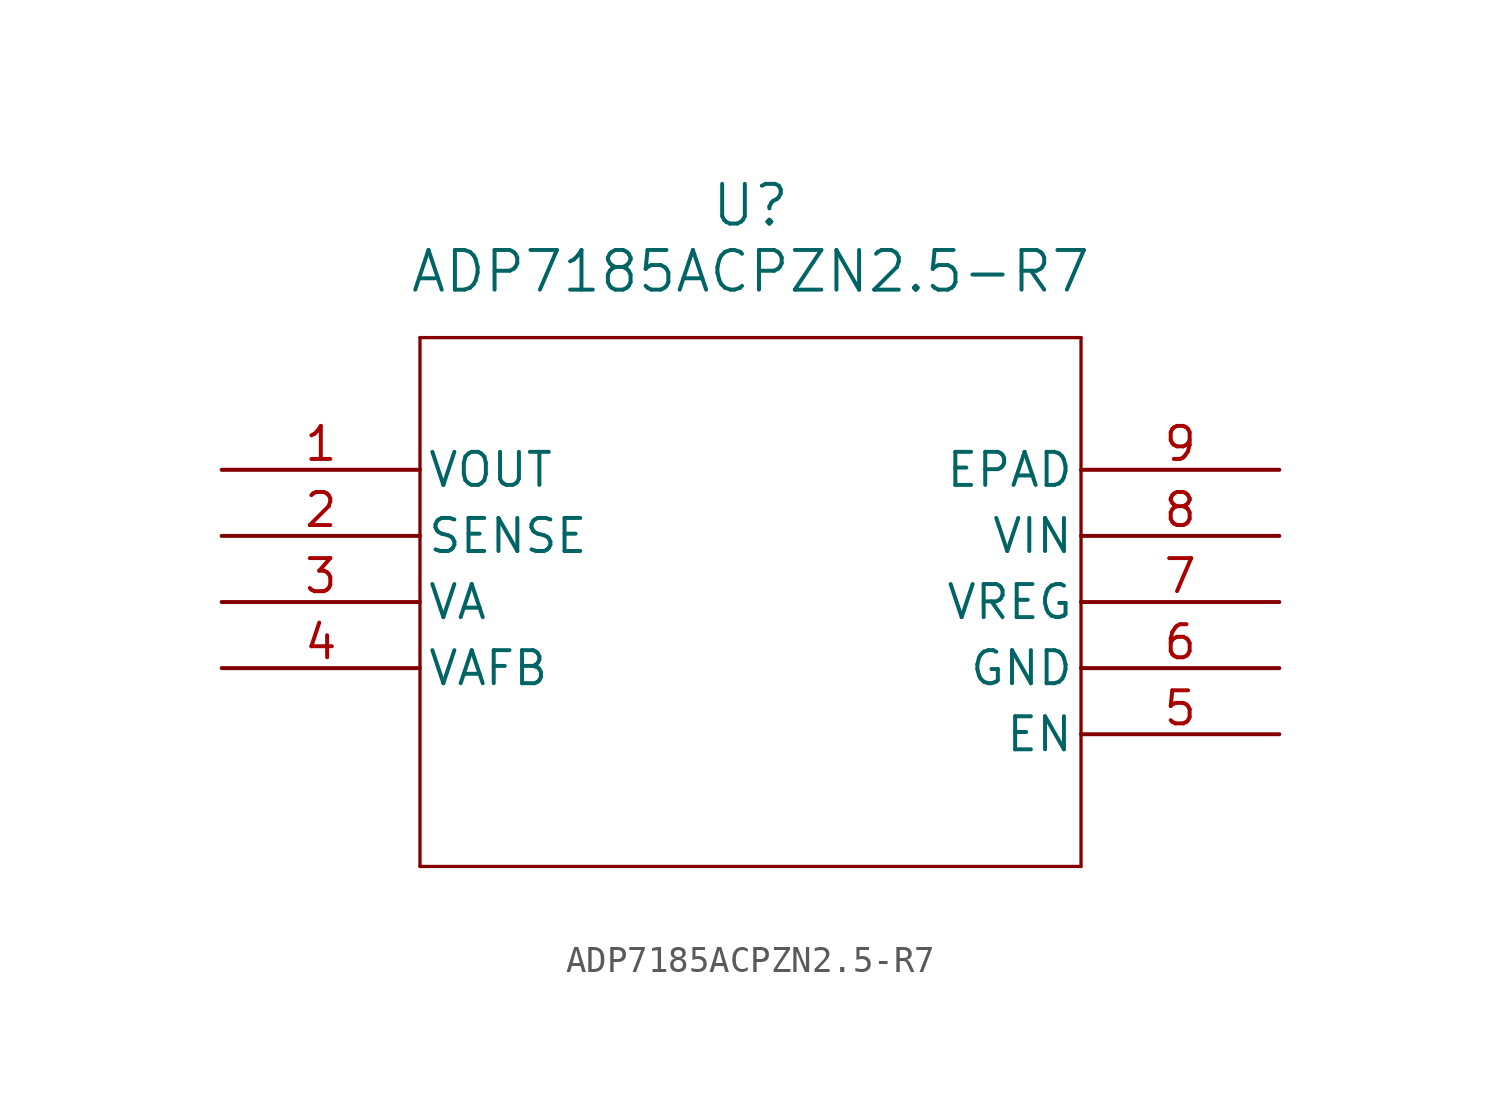
<source format=kicad_sym>
(kicad_symbol_lib
  (version 20211014)
  (generator kicad_symbol_editor)
  (symbol "ADP7185ACPZN2.5-R7"
    (pin_names
      (offset 0.254))
    (property "Reference" "U"
      (at 20.32 10.16 0)
      (effects (font (size 1.524 1.524))))
    (property "Value" "ADP7185ACPZN2.5-R7"
      (at 20.32 7.62 0)
      (effects (font (size 1.524 1.524))))
    (symbol "ADP7185ACPZN2.5-R7_0_1"
      (polyline (pts (xy 7.62 5.08) (xy 7.62 -15.24)) (stroke (width 0.127) (type default) (color 0 0 0 0)) (fill (type none)))
      (polyline (pts (xy 7.62 -15.24) (xy 33.02 -15.24)) (stroke (width 0.127) (type default) (color 0 0 0 0)) (fill (type none)))
      (polyline (pts (xy 33.02 -15.24) (xy 33.02 5.08)) (stroke (width 0.127) (type default) (color 0 0 0 0)) (fill (type none)))
      (polyline (pts (xy 33.02 5.08) (xy 7.62 5.08)) (stroke (width 0.127) (type default) (color 0 0 0 0)) (fill (type none)))
      (pin power_in line (at 0 0 0) (length 7.62) (name "VOUT" (effects (font (size 1.27 1.27)))) (number "1" (effects (font (size 1.27 1.27)))))
      (pin input line (at 0 -2.54 0) (length 7.62) (name "SENSE" (effects (font (size 1.27 1.27)))) (number "2" (effects (font (size 1.27 1.27)))))
      (pin unspecified line (at 0 -5.08 0) (length 7.62) (name "VA" (effects (font (size 1.27 1.27)))) (number "3" (effects (font (size 1.27 1.27)))))
      (pin unspecified line (at 0 -7.62 0) (length 7.62) (name "VAFB" (effects (font (size 1.27 1.27)))) (number "4" (effects (font (size 1.27 1.27)))))
      (pin unspecified line (at 40.64 -10.16 180) (length 7.62) (name "EN" (effects (font (size 1.27 1.27)))) (number "5" (effects (font (size 1.27 1.27)))))
      (pin power_out line (at 40.64 -7.62 180) (length 7.62) (name "GND" (effects (font (size 1.27 1.27)))) (number "6" (effects (font (size 1.27 1.27)))))
      (pin power_in line (at 40.64 -5.08 180) (length 7.62) (name "VREG" (effects (font (size 1.27 1.27)))) (number "7" (effects (font (size 1.27 1.27)))))
      (pin power_in line (at 40.64 -2.54 180) (length 7.62) (name "VIN" (effects (font (size 1.27 1.27)))) (number "8" (effects (font (size 1.27 1.27)))))
      (pin power_out line (at 40.64 0 180) (length 7.62) (name "EPAD" (effects (font (size 1.27 1.27)))) (number "9" (effects (font (size 1.27 1.27))))))))
</source>
